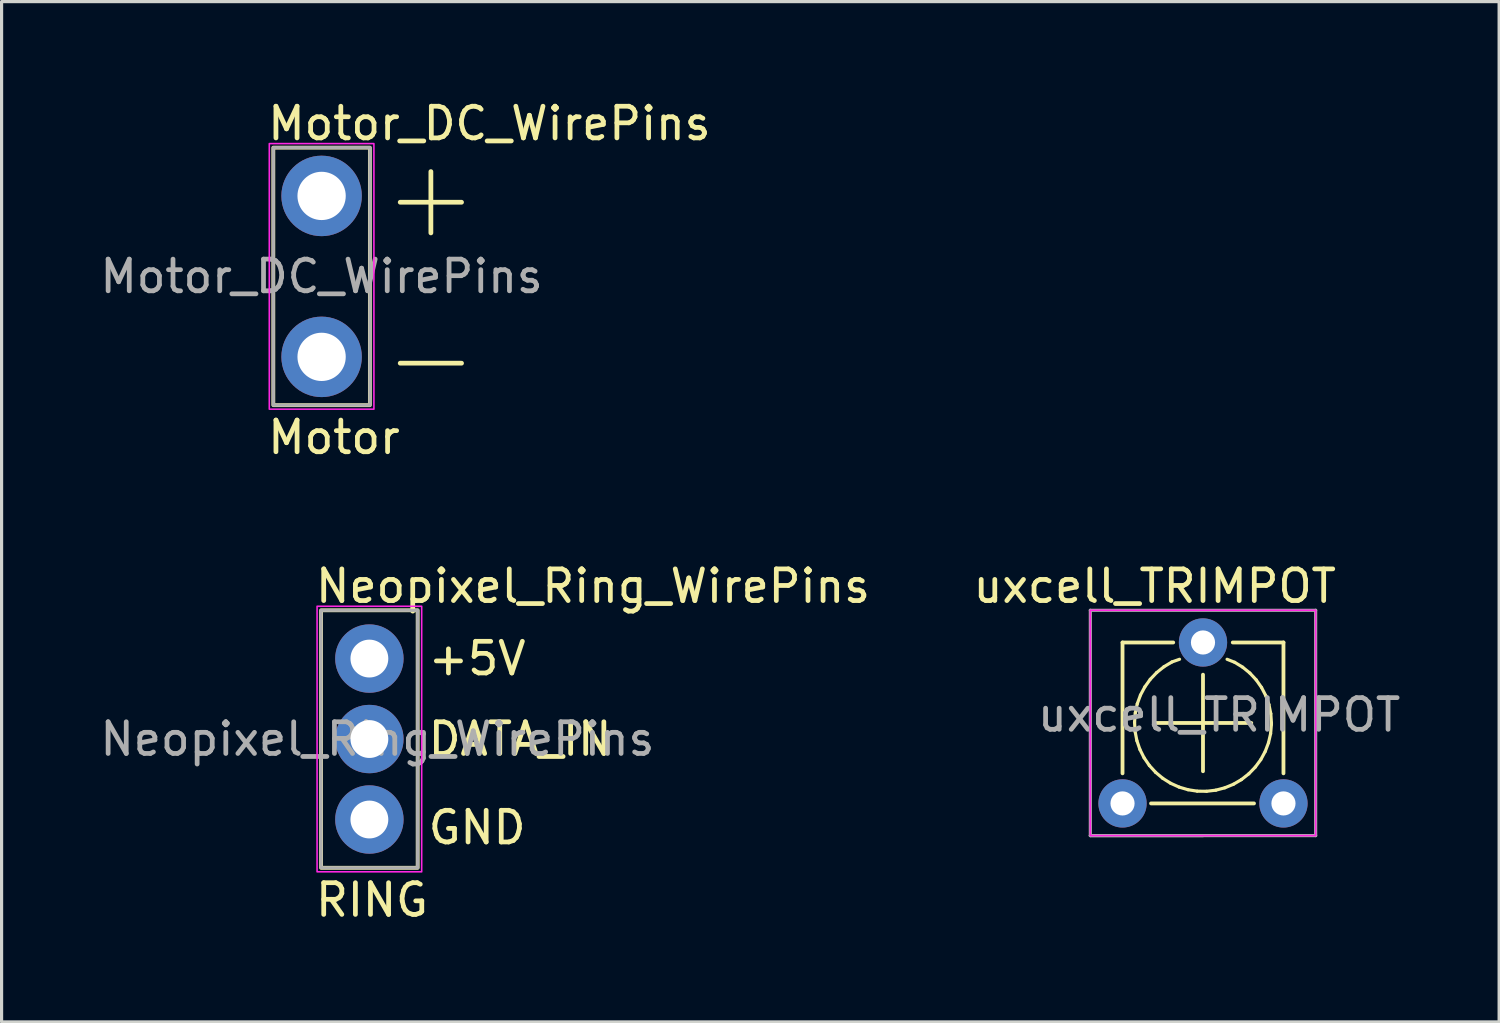
<source format=kicad_pcb>
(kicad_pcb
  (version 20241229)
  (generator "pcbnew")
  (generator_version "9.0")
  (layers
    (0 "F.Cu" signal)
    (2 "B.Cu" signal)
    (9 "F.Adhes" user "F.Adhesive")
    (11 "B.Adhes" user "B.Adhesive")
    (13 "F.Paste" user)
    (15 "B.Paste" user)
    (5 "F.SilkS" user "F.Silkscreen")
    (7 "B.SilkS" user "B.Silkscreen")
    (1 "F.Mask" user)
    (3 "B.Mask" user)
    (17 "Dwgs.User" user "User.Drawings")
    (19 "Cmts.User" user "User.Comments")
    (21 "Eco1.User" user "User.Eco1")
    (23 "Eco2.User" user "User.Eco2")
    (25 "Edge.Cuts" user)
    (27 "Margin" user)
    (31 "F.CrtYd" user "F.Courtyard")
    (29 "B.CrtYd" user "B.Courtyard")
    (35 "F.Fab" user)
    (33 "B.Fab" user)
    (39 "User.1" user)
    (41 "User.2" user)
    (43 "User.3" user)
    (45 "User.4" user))
  (footprint "Neopixel_Ring_WirePins"
    (layer "F.Cu")
    (at 8.609 17.737)
    (property "Reference" "Neopixel_Ring_WirePins" (at -1.778 -2.286 0) (unlocked yes) (layer "F.SilkS") (effects (font (size 1 1) (thickness 0.15)) (justify left)))
    (attr through_hole)
    (fp_rect (start -1.524 -1.524) (end 1.524 6.604) (stroke (width 0.12) (type solid)) (fill no) (layer "F.SilkS"))
    (fp_rect (start -1.651 -1.651) (end 1.651 6.731) (stroke (width 0.05) (type solid)) (fill no) (layer "F.CrtYd"))
    (fp_rect (start -1.524 -1.524) (end 1.524 6.604) (stroke (width 0.1) (type solid)) (fill no) (layer "F.Fab"))
    (fp_text user "RING" (at -1.778 7.62 0) (unlocked yes) (layer "F.SilkS") (effects (font (size 1 1) (thickness 0.15)) (justify left)))
    (fp_text user "GND" (at 1.778 5.334 0) (unlocked yes) (layer "F.SilkS") (effects (font (size 1 1) (thickness 0.15)) (justify left)))
    (fp_text user "+5V" (at 1.778 0 0) (unlocked yes) (layer "F.SilkS") (effects (font (size 1 1) (thickness 0.15)) (justify left)))
    (fp_text user "DATA_IN" (at 1.778 2.54 0) (unlocked yes) (layer "F.SilkS") (effects (font (size 1 1) (thickness 0.15)) (justify left)))
    (fp_text user "${REFERENCE}" (at 0.254 2.54 0) (unlocked yes) (layer "F.Fab") (effects (font (size 1 1) (thickness 0.15))))
    (pad "1" thru_hole circle (at 0 0) (size 2.159 2.159) (drill 1.194) (layers "*.Cu" "*.Mask"))
    (pad "2" thru_hole circle (at 0 2.54) (size 2.159 2.159) (drill 1.194) (layers "*.Cu" "*.Mask"))
    (pad "3" thru_hole circle (at 0 5.08) (size 2.159 2.159) (drill 1.194) (layers "*.Cu" "*.Mask")))
  (footprint "Motor_DC_WirePins"
    (layer "F.Cu")
    (at 7.101 3.134)
    (property "Reference" "Motor_DC_WirePins" (at -1.778 -2.286 0) (unlocked yes) (layer "F.SilkS") (effects (font (size 1 1) (thickness 0.15)) (justify left)))
    (attr through_hole)
    (fp_rect (start -1.524 -1.524) (end 1.524 6.604) (stroke (width 0.12) (type solid)) (fill no) (layer "F.SilkS"))
    (fp_rect (start -1.651 -1.651) (end 1.651 6.731) (stroke (width 0.05) (type solid)) (fill no) (layer "F.CrtYd"))
    (fp_rect (start -1.524 -1.524) (end 1.524 6.604) (stroke (width 0.1) (type solid)) (fill no) (layer "F.Fab"))
    (fp_text user "-" (at 1.778 5.08 0) (unlocked yes) (layer "F.SilkS") (effects (font (size 2.54 2.54) (thickness 0.15)) (justify left)))
    (fp_text user "+" (at 1.778 0 0) (unlocked yes) (layer "F.SilkS") (effects (font (size 2.54 2.54) (thickness 0.15)) (justify left)))
    (fp_text user "Motor" (at -1.778 7.62 0) (unlocked yes) (layer "F.SilkS") (effects (font (size 1 1) (thickness 0.15)) (justify left)))
    (fp_text user "${REFERENCE}" (at 0 2.54 0) (unlocked yes) (layer "F.Fab") (effects (font (size 1 1) (thickness 0.15))))
    (pad "1" thru_hole circle (at 0 0) (size 2.54 2.54) (drill 1.524) (layers "*.Cu" "*.Mask"))
    (pad "2" thru_hole circle (at 0 5.08) (size 2.54 2.54) (drill 1.524) (layers "*.Cu" "*.Mask")))
  (footprint "uxcell_TRIMPOT"
    (layer "F.Cu")
    (at 32.381 22.309)
    (property "Reference" "uxcell_TRIMPOT" (at 1.016 -6.858 0) (unlocked yes) (layer "F.SilkS") (effects (font (size 1 1) (thickness 0.15))))
    (attr through_hole)
    (fp_line (start 0 -5.08) (end 1.6 -5.08) (stroke (width 0.12) (type solid)) (layer "F.SilkS"))
    (fp_line (start 0 -0.95) (end 0 -5.08) (stroke (width 0.12) (type solid)) (layer "F.SilkS"))
    (fp_line (start 0.38 -2.563) (end 0.397 -2.269) (stroke (width 0.1) (type solid)) (layer "F.SilkS"))
    (fp_line (start 0.397 -2.269) (end 0.453 -1.981) (stroke (width 0.1) (type solid)) (layer "F.SilkS"))
    (fp_line (start 0.403 -2.856) (end 0.38 -2.563) (stroke (width 0.1) (type solid)) (layer "F.SilkS"))
    (fp_line (start 0.453 -1.981) (end 0.549 -1.703) (stroke (width 0.1) (type solid)) (layer "F.SilkS"))
    (fp_line (start 0.465 -3.143) (end 0.403 -2.856) (stroke (width 0.1) (type solid)) (layer "F.SilkS"))
    (fp_line (start 0.549 -1.703) (end 0.681 -1.44) (stroke (width 0.1) (type solid)) (layer "F.SilkS"))
    (fp_line (start 0.566 -3.419) (end 0.465 -3.143) (stroke (width 0.1) (type solid)) (layer "F.SilkS"))
    (fp_line (start 0.681 -1.44) (end 0.847 -1.198) (stroke (width 0.1) (type solid)) (layer "F.SilkS"))
    (fp_line (start 0.704 -3.678) (end 0.566 -3.419) (stroke (width 0.1) (type solid)) (layer "F.SilkS"))
    (fp_line (start 0.847 -1.198) (end 1.045 -0.981) (stroke (width 0.1) (type solid)) (layer "F.SilkS"))
    (fp_line (start 0.875 -3.917) (end 0.704 -3.678) (stroke (width 0.1) (type solid)) (layer "F.SilkS"))
    (fp_line (start 1.016 -2.54) (end 4.064 -2.54) (stroke (width 0.12) (type solid)) (layer "F.SilkS"))
    (fp_line (start 1.045 -0.981) (end 1.27 -0.792) (stroke (width 0.1) (type solid)) (layer "F.SilkS"))
    (fp_line (start 1.078 -4.13) (end 0.875 -3.917) (stroke (width 0.1) (type solid)) (layer "F.SilkS"))
    (fp_line (start 1.27 -0.792) (end 1.519 -0.636) (stroke (width 0.1) (type solid)) (layer "F.SilkS"))
    (fp_line (start 1.307 -4.314) (end 1.078 -4.13) (stroke (width 0.1) (type solid)) (layer "F.SilkS"))
    (fp_line (start 1.519 -0.636) (end 1.787 -0.515) (stroke (width 0.1) (type solid)) (layer "F.SilkS"))
    (fp_line (start 1.559 -4.465) (end 1.307 -4.314) (stroke (width 0.1) (type solid)) (layer "F.SilkS"))
    (fp_line (start 1.787 -0.515) (end 2.069 -0.432) (stroke (width 0.1) (type solid)) (layer "F.SilkS"))
    (fp_line (start 1.8 -4.55) (end 1.559 -4.465) (stroke (width 0.1) (type solid)) (layer "F.SilkS"))
    (fp_line (start 2.069 -0.432) (end 2.359 -0.387) (stroke (width 0.1) (type solid)) (layer "F.SilkS"))
    (fp_line (start 2.359 -0.387) (end 2.653 -0.383) (stroke (width 0.1) (type solid)) (layer "F.SilkS"))
    (fp_line (start 2.54 -4.064) (end 2.54 -1.016) (stroke (width 0.12) (type solid)) (layer "F.SilkS"))
    (fp_line (start 2.653 -0.383) (end 2.945 -0.418) (stroke (width 0.1) (type solid)) (layer "F.SilkS"))
    (fp_line (start 2.945 -0.418) (end 3.229 -0.493) (stroke (width 0.1) (type solid)) (layer "F.SilkS"))
    (fp_line (start 3.229 -0.493) (end 3.501 -0.605) (stroke (width 0.1) (type solid)) (layer "F.SilkS"))
    (fp_line (start 3.48 -5.08) (end 5.08 -5.08) (stroke (width 0.12) (type solid)) (layer "F.SilkS"))
    (fp_line (start 3.501 -0.605) (end 3.754 -0.753) (stroke (width 0.1) (type solid)) (layer "F.SilkS"))
    (fp_line (start 3.541 -4.454) (end 3.3 -4.55) (stroke (width 0.1) (type solid)) (layer "F.SilkS"))
    (fp_line (start 3.754 -0.753) (end 3.986 -0.935) (stroke (width 0.1) (type solid)) (layer "F.SilkS"))
    (fp_line (start 3.791 -4.301) (end 3.541 -4.454) (stroke (width 0.1) (type solid)) (layer "F.SilkS"))
    (fp_line (start 3.986 -0.935) (end 4.19 -1.146) (stroke (width 0.1) (type solid)) (layer "F.SilkS"))
    (fp_line (start 4.019 -4.115) (end 3.791 -4.301) (stroke (width 0.1) (type solid)) (layer "F.SilkS"))
    (fp_line (start 4.15 0) (end 0.9 0) (stroke (width 0.12) (type solid)) (layer "F.SilkS"))
    (fp_line (start 4.19 -1.146) (end 4.364 -1.382) (stroke (width 0.1) (type solid)) (layer "F.SilkS"))
    (fp_line (start 4.219 -3.9) (end 4.019 -4.115) (stroke (width 0.1) (type solid)) (layer "F.SilkS"))
    (fp_line (start 4.364 -1.382) (end 4.504 -1.641) (stroke (width 0.1) (type solid)) (layer "F.SilkS"))
    (fp_line (start 4.388 -3.659) (end 4.219 -3.9) (stroke (width 0.1) (type solid)) (layer "F.SilkS"))
    (fp_line (start 4.504 -1.641) (end 4.608 -1.916) (stroke (width 0.1) (type solid)) (layer "F.SilkS"))
    (fp_line (start 4.523 -3.398) (end 4.388 -3.659) (stroke (width 0.1) (type solid)) (layer "F.SilkS"))
    (fp_line (start 4.608 -1.916) (end 4.674 -2.202) (stroke (width 0.1) (type solid)) (layer "F.SilkS"))
    (fp_line (start 4.621 -3.121) (end 4.523 -3.398) (stroke (width 0.1) (type solid)) (layer "F.SilkS"))
    (fp_line (start 4.674 -2.202) (end 4.7 -2.495) (stroke (width 0.1) (type solid)) (layer "F.SilkS"))
    (fp_line (start 4.68 -2.833) (end 4.621 -3.121) (stroke (width 0.1) (type solid)) (layer "F.SilkS"))
    (fp_line (start 4.7 -2.495) (end 4.7 -2.54) (stroke (width 0.1) (type solid)) (layer "F.SilkS"))
    (fp_line (start 4.7 -2.54) (end 4.68 -2.833) (stroke (width 0.1) (type solid)) (layer "F.SilkS"))
    (fp_line (start 5.08 -5.08) (end 5.08 -0.95) (stroke (width 0.12) (type solid)) (layer "F.SilkS"))
    (fp_rect (start 6.096 -6.096) (end -1.016 1.016) (stroke (width 0.05) (type solid)) (fill no) (layer "F.CrtYd"))
    (fp_line (start -1.016 -6.096) (end -1.016 1.016) (stroke (width 0.1) (type solid)) (layer "F.Fab"))
    (fp_line (start -1.016 1.016) (end 2.54 1.016) (stroke (width 0.1) (type solid)) (layer "F.Fab"))
    (fp_line (start -1.016 1.016) (end 6.096 1.016) (stroke (width 0.1) (type solid)) (layer "F.Fab"))
    (fp_line (start 6.096 -6.096) (end -1.016 -6.096) (stroke (width 0.1) (type solid)) (layer "F.Fab"))
    (fp_line (start 6.096 1.016) (end 6.096 -6.096) (stroke (width 0.1) (type solid)) (layer "F.Fab"))
    (fp_text user "${REFERENCE}" (at 3.048 -2.794 0) (unlocked yes) (layer "F.Fab") (effects (font (size 1 1) (thickness 0.15))))
    (pad "1" thru_hole circle (at 0 0) (size 1.524 1.524) (drill 0.762) (layers "*.Cu" "*.Mask"))
    (pad "2" thru_hole circle (at 2.54 -5.08) (size 1.524 1.524) (drill 0.762) (layers "*.Cu" "*.Mask"))
    (pad "3" thru_hole circle (at 5.08 0) (size 1.524 1.524) (drill 0.762) (layers "*.Cu" "*.Mask")))
  (gr_rect
    (start -3 -3)
    (end 44.268 29.205)
    (stroke (width 0.1) (type default))
    (fill no)
    (layer "Edge.Cuts")))
</source>
